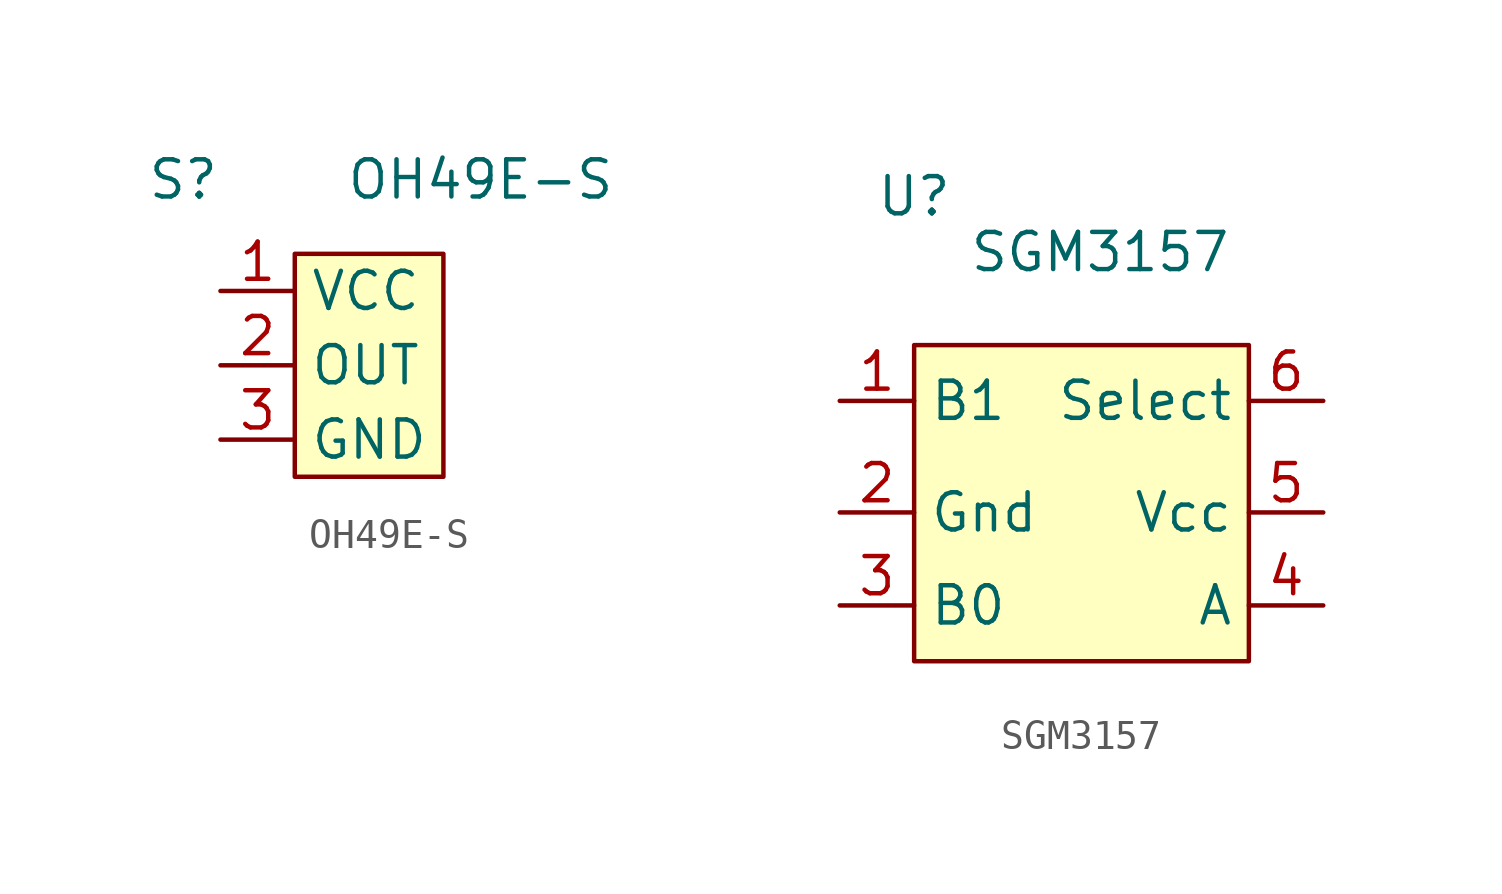
<source format=kicad_sym>
(kicad_symbol_lib
  (version 20211014)
  (generator kicad_symbol_editor)
  (symbol "OH49E-S"
    (property "Reference" "S"
      (at -6.35 5.08 0)
      (effects (font (size 1.27 1.27))))
    (property "Value" "OH49E-S"
      (at 3.81 5.08 0)
      (effects (font (size 1.27 1.27))))
    (symbol "OH49E-S_0_1"
      (rectangle (start -2.54 2.54) (end 2.54 -5.08) (stroke (width 0) (type default) (color 0 0 0 0)) (fill (type background))))
    (symbol "OH49E-S_1_1"
      (pin input line (at -5.08 1.27 0) (length 2.54) (name "VCC" (effects (font (size 1.27 1.27)))) (number "1" (effects (font (size 1.27 1.27)))))
      (pin output line (at -5.08 -1.27 0) (length 2.54) (name "OUT" (effects (font (size 1.27 1.27)))) (number "2" (effects (font (size 1.27 1.27)))))
      (pin input line (at -5.08 -3.81 0) (length 2.54) (name "GND" (effects (font (size 1.27 1.27)))) (number "3" (effects (font (size 1.27 1.27)))))))
  (symbol "SGM3157"
    (property "Reference" "U"
      (at -6.35 6.985 0)
      (effects (font (size 1.27 1.27))))
    (property "Value" "SGM3157"
      (at 0 5.08 0)
      (effects (font (size 1.27 1.27))))
    (symbol "SGM3157_0_1"
      (rectangle (start -6.35 1.905) (end 5.08 -8.89) (stroke (width 0) (type default) (color 0 0 0 0)) (fill (type background))))
    (symbol "SGM3157_1_1"
      (pin input line (at -8.89 0 0) (length 2.54) (name "B1" (effects (font (size 1.27 1.27)))) (number "1" (effects (font (size 1.27 1.27)))))
      (pin input line (at -8.89 -3.81 0) (length 2.54) (name "Gnd" (effects (font (size 1.27 1.27)))) (number "2" (effects (font (size 1.27 1.27)))))
      (pin input line (at -8.89 -6.985 0) (length 2.54) (name "B0" (effects (font (size 1.27 1.27)))) (number "3" (effects (font (size 1.27 1.27)))))
      (pin output line (at 7.62 -6.985 180) (length 2.54) (name "A" (effects (font (size 1.27 1.27)))) (number "4" (effects (font (size 1.27 1.27)))))
      (pin input line (at 7.62 -3.81 180) (length 2.54) (name "Vcc" (effects (font (size 1.27 1.27)))) (number "5" (effects (font (size 1.27 1.27)))))
      (pin input line (at 7.62 0 180) (length 2.54) (name "Select" (effects (font (size 1.27 1.27)))) (number "6" (effects (font (size 1.27 1.27))))))))
</source>
